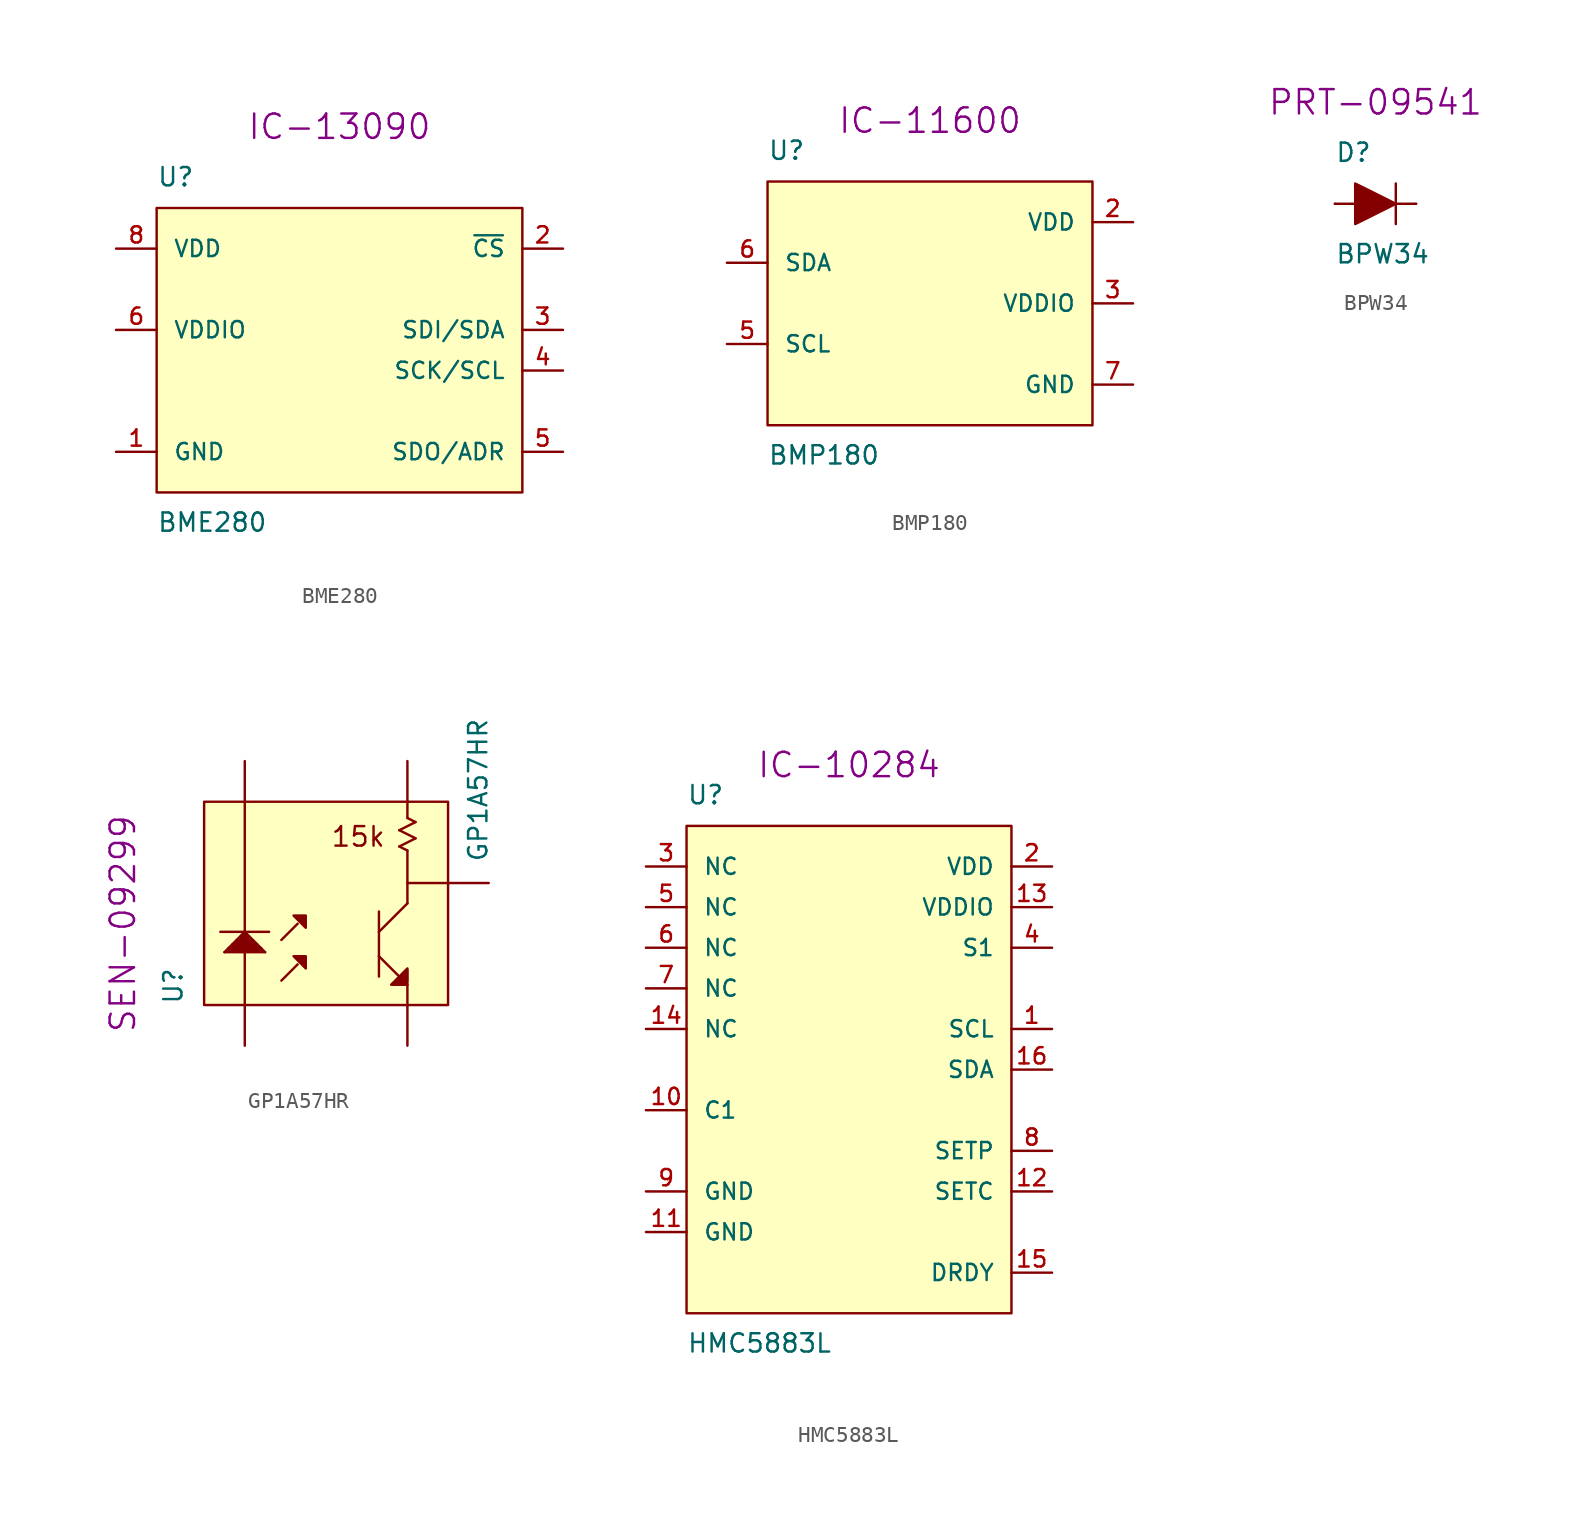
<source format=kicad_sym>
(kicad_symbol_lib
  (version 20220914)
  (generator kicad_symbol_editor)
  (symbol "BME280"
    (pin_names
      (offset 1.016))
    (property "Reference" "U"
      (at -11.43 8.89 0)
      (effects (font (size 1.143 1.143)) (justify left bottom)))
    (property "Value" "BME280"
      (at -11.43 -12.7 0)
      (effects (font (size 1.143 1.143)) (justify left bottom)))
    (property "Field4" "IC-13090"
      (at 0 12.7 0)
      (effects (font (size 1.524 1.524))))
    (property "ki_locked" ""
      (at 0 0 0)
      (effects (font (size 1.27 1.27))))
    (symbol "BME280_1_1"
      (polyline (pts (xy -11.43 7.62) (xy 11.43 7.62) (xy 11.43 -10.16) (xy -11.43 -10.16) (xy -11.43 7.62)) (stroke (width 0) (type solid)) (fill (type background)))
      (pin bidirectional line (at -13.97 -7.62 0) (length 2.54) (name "GND" (effects (font (size 1.016 1.016)))) (number "1" (effects (font (size 1.016 1.016)))))
      (pin bidirectional line (at 13.97 5.08 180) (length 2.54) (name "~{CS}" (effects (font (size 1.016 1.016)))) (number "2" (effects (font (size 1.016 1.016)))))
      (pin bidirectional line (at 13.97 0 180) (length 2.54) (name "SDI/SDA" (effects (font (size 1.016 1.016)))) (number "3" (effects (font (size 1.016 1.016)))))
      (pin bidirectional line (at 13.97 -2.54 180) (length 2.54) (name "SCK/SCL" (effects (font (size 1.016 1.016)))) (number "4" (effects (font (size 1.016 1.016)))))
      (pin bidirectional line (at 13.97 -7.62 180) (length 2.54) (name "SDO/ADR" (effects (font (size 1.016 1.016)))) (number "5" (effects (font (size 1.016 1.016)))))
      (pin bidirectional line (at -13.97 0 0) (length 2.54) (name "VDDIO" (effects (font (size 1.016 1.016)))) (number "6" (effects (font (size 1.016 1.016)))))
      (pin bidirectional line (at -13.97 -7.62 0) (length 2.54) hide (name "GND" (effects (font (size 1.016 1.016)))) (number "7" (effects (font (size 1.016 1.016)))))
      (pin bidirectional line (at -13.97 5.08 0) (length 2.54) (name "VDD" (effects (font (size 1.016 1.016)))) (number "8" (effects (font (size 1.016 1.016)))))))
  (symbol "BMP180"
    (pin_names
      (offset 1.016))
    (property "Reference" "U"
      (at -10.16 8.89 0)
      (effects (font (size 1.143 1.143)) (justify left bottom)))
    (property "Value" "BMP180"
      (at -10.16 -10.16 0)
      (effects (font (size 1.143 1.143)) (justify left bottom)))
    (property "Field4" "IC-11600"
      (at 0 11.43 0)
      (effects (font (size 1.524 1.524))))
    (property "ki_locked" ""
      (at 0 0 0)
      (effects (font (size 1.27 1.27))))
    (symbol "BMP180_1_1"
      (polyline (pts (xy -10.16 7.62) (xy -10.16 -7.62) (xy 10.16 -7.62) (xy 10.16 7.62) (xy -10.16 7.62)) (stroke (width 0) (type solid)) (fill (type background)))
      (pin power_in line (at 12.7 5.08 180) (length 2.54) (name "VDD" (effects (font (size 1.016 1.016)))) (number "2" (effects (font (size 1.016 1.016)))))
      (pin power_in line (at 12.7 0 180) (length 2.54) (name "VDDIO" (effects (font (size 1.016 1.016)))) (number "3" (effects (font (size 1.016 1.016)))))
      (pin input line (at -12.7 -2.54 0) (length 2.54) (name "SCL" (effects (font (size 1.016 1.016)))) (number "5" (effects (font (size 1.016 1.016)))))
      (pin bidirectional line (at -12.7 2.54 0) (length 2.54) (name "SDA" (effects (font (size 1.016 1.016)))) (number "6" (effects (font (size 1.016 1.016)))))
      (pin power_in line (at 12.7 -5.08 180) (length 2.54) (name "GND" (effects (font (size 1.016 1.016)))) (number "7" (effects (font (size 1.016 1.016)))))))
  (symbol "BPW34"
    (pin_numbers hide)
    (pin_names
      (offset 1.016) hide)
    (property "Reference" "D"
      (at -2.54 2.54 0)
      (effects (font (size 1.143 1.143)) (justify left bottom)))
    (property "Value" "BPW34"
      (at -2.54 -3.81 0)
      (effects (font (size 1.143 1.143)) (justify left bottom)))
    (property "Field4" "PRT-09541"
      (at 0 6.35 0)
      (effects (font (size 1.524 1.524))))
    (property "ki_locked" ""
      (at 0 0 0)
      (effects (font (size 1.27 1.27))))
    (symbol "BPW34_1_0"
      (polyline (pts (xy -2.54 0) (xy -1.27 0)) (stroke (width 0) (type solid)) (fill (type none)))
      (polyline (pts (xy 1.27 0) (xy 1.27 -1.27)) (stroke (width 0) (type solid)) (fill (type none)))
      (polyline (pts (xy 1.27 1.27) (xy 1.27 0)) (stroke (width 0) (type solid)) (fill (type none)))
      (polyline (pts (xy 2.54 0) (xy 1.27 0)) (stroke (width 0) (type solid)) (fill (type none))))
    (symbol "BPW34_1_1"
      (polyline (pts (xy -1.27 -1.27) (xy 1.27 0) (xy -1.27 1.27) (xy -1.27 0) (xy -1.27 -1.27)) (stroke (width 0) (type solid)) (fill (type outline)))
      (pin passive line (at -2.54 0 0) (length 0) (name "A" (effects (font (size 1.016 1.016)))) (number "P$1" (effects (font (size 1.016 1.016)))))
      (pin passive line (at 2.54 0 180) (length 0) (name "C" (effects (font (size 1.016 1.016)))) (number "P$2" (effects (font (size 1.016 1.016)))))))
  (symbol "GP1A57HR"
    (pin_numbers hide)
    (pin_names
      (offset 1.016) hide)
    (property "Reference" "U"
      (at -8.89 -5.08 90)
      (effects (font (size 1.143 1.143)) (justify left bottom)))
    (property "Value" "GP1A57HR"
      (at 10.16 3.81 90)
      (effects (font (size 1.143 1.143)) (justify left bottom)))
    (property "Field4" "SEN-09299"
      (at -12.7 0 90)
      (effects (font (size 1.524 1.524))))
    (property "ki_locked" ""
      (at 0 0 0)
      (effects (font (size 1.27 1.27))))
    (symbol "GP1A57HR_1_0"
      (polyline (pts (xy -6.096 -1.651) (xy -4.064 -1.651)) (stroke (width 0) (type solid)) (fill (type none)))
      (polyline (pts (xy -6.096 -1.524) (xy -6.35 -1.778)) (stroke (width 0) (type solid)) (fill (type none)))
      (polyline (pts (xy -5.842 -1.27) (xy -6.096 -1.524)) (stroke (width 0) (type solid)) (fill (type none)))
      (polyline (pts (xy -5.588 -1.143) (xy -4.572 -1.143)) (stroke (width 0) (type solid)) (fill (type none)))
      (polyline (pts (xy -5.334 -0.762) (xy -4.826 -0.762)) (stroke (width 0) (type solid)) (fill (type none)))
      (polyline (pts (xy -5.207 -0.635) (xy -4.953 -0.635)) (stroke (width 0) (type solid)) (fill (type none)))
      (polyline (pts (xy -5.08 -5.08) (xy -5.08 -1.778)) (stroke (width 0) (type solid)) (fill (type none)))
      (polyline (pts (xy -5.08 -1.778) (xy -6.35 -1.778)) (stroke (width 0) (type solid)) (fill (type none)))
      (polyline (pts (xy -5.08 -0.508) (xy -6.604 -0.508)) (stroke (width 0) (type solid)) (fill (type none)))
      (polyline (pts (xy -5.08 -0.508) (xy -5.08 7.62)) (stroke (width 0) (type solid)) (fill (type none)))
      (polyline (pts (xy -4.826 -0.889) (xy -5.334 -0.889)) (stroke (width 0) (type solid)) (fill (type none)))
      (polyline (pts (xy -4.572 -1.016) (xy -5.588 -1.016)) (stroke (width 0) (type solid)) (fill (type none)))
      (polyline (pts (xy -4.318 -1.397) (xy -5.842 -1.397)) (stroke (width 0) (type solid)) (fill (type none)))
      (polyline (pts (xy -4.064 -1.524) (xy -6.096 -1.524)) (stroke (width 0) (type solid)) (fill (type none)))
      (polyline (pts (xy -4.064 -1.524) (xy -4.318 -1.27)) (stroke (width 0) (type solid)) (fill (type none)))
      (polyline (pts (xy -3.81 -1.778) (xy -5.08 -1.778)) (stroke (width 0) (type solid)) (fill (type none)))
      (polyline (pts (xy -3.81 -1.778) (xy -4.064 -1.524)) (stroke (width 0) (type solid)) (fill (type none)))
      (polyline (pts (xy -3.556 -0.508) (xy -5.08 -0.508)) (stroke (width 0) (type solid)) (fill (type none)))
      (polyline (pts (xy -2.794 -3.556) (xy -1.778 -2.54)) (stroke (width 0) (type solid)) (fill (type none)))
      (polyline (pts (xy -2.794 -1.016) (xy -1.778 0)) (stroke (width 0) (type solid)) (fill (type none)))
      (polyline (pts (xy 3.302 -2.032) (xy 3.302 -3.302)) (stroke (width 0) (type solid)) (fill (type none)))
      (polyline (pts (xy 3.302 -2.032) (xy 4.572 -3.302)) (stroke (width 0) (type solid)) (fill (type none)))
      (polyline (pts (xy 3.302 -0.508) (xy 3.302 -2.032)) (stroke (width 0) (type solid)) (fill (type none)))
      (polyline (pts (xy 3.302 -0.508) (xy 5.08 1.27)) (stroke (width 0) (type solid)) (fill (type none)))
      (polyline (pts (xy 3.302 0.762) (xy 3.302 -0.508)) (stroke (width 0) (type solid)) (fill (type none)))
      (polyline (pts (xy 4.572 4.826) (xy 5.08 4.572)) (stroke (width 0) (type solid)) (fill (type none)))
      (polyline (pts (xy 4.572 5.842) (xy 5.588 5.334)) (stroke (width 0) (type solid)) (fill (type none)))
      (polyline (pts (xy 4.953 -3.556) (xy 4.826 -3.683)) (stroke (width 0) (type solid)) (fill (type none)))
      (polyline (pts (xy 4.953 -3.429) (xy 4.699 -3.683)) (stroke (width 0) (type solid)) (fill (type none)))
      (polyline (pts (xy 4.953 -3.302) (xy 4.572 -3.683)) (stroke (width 0) (type solid)) (fill (type none)))
      (polyline (pts (xy 4.953 -3.175) (xy 4.445 -3.683)) (stroke (width 0) (type solid)) (fill (type none)))
      (polyline (pts (xy 4.953 -3.048) (xy 4.318 -3.683)) (stroke (width 0) (type solid)) (fill (type none)))
      (polyline (pts (xy 5.08 -5.08) (xy 5.08 -3.81)) (stroke (width 0) (type solid)) (fill (type none)))
      (polyline (pts (xy 5.08 -3.556) (xy 4.826 -3.81)) (stroke (width 0) (type solid)) (fill (type none)))
      (polyline (pts (xy 5.08 -3.429) (xy 4.699 -3.81)) (stroke (width 0) (type solid)) (fill (type none)))
      (polyline (pts (xy 5.08 -3.302) (xy 4.572 -3.81)) (stroke (width 0) (type solid)) (fill (type none)))
      (polyline (pts (xy 5.08 -3.175) (xy 4.445 -3.81)) (stroke (width 0) (type solid)) (fill (type none)))
      (polyline (pts (xy 5.08 -3.048) (xy 4.318 -3.81)) (stroke (width 0) (type solid)) (fill (type none)))
      (polyline (pts (xy 5.08 -2.921) (xy 4.191 -3.81)) (stroke (width 0) (type solid)) (fill (type none)))
      (polyline (pts (xy 5.08 2.54) (xy 5.08 1.27)) (stroke (width 0) (type solid)) (fill (type none)))
      (polyline (pts (xy 5.08 2.54) (xy 7.62 2.54)) (stroke (width 0) (type solid)) (fill (type none)))
      (polyline (pts (xy 5.08 4.572) (xy 5.08 2.54)) (stroke (width 0) (type solid)) (fill (type none)))
      (polyline (pts (xy 5.08 6.604) (xy 5.588 6.35)) (stroke (width 0) (type solid)) (fill (type none)))
      (polyline (pts (xy 5.08 7.62) (xy 5.08 6.604)) (stroke (width 0) (type solid)) (fill (type none)))
      (polyline (pts (xy 5.588 5.334) (xy 4.572 4.826)) (stroke (width 0) (type solid)) (fill (type none)))
      (polyline (pts (xy 5.588 6.35) (xy 4.572 5.842)) (stroke (width 0) (type solid)) (fill (type none)))
      (text "15k" (at 2.007 5.436 0) (effects (font (size 1.219 1.219)))))
    (symbol "GP1A57HR_1_1"
      (polyline (pts (xy -2.032 -2.032) (xy -1.27 -2.794) (xy -1.27 -2.54) (xy -1.27 -2.286) (xy -1.27 -2.032) (xy -1.524 -2.032) (xy -1.778 -2.032) (xy -2.032 -2.032)) (stroke (width 0) (type solid)) (fill (type outline)))
      (polyline (pts (xy -2.032 0.508) (xy -1.27 -0.254) (xy -1.27 0) (xy -1.27 0.254) (xy -1.27 0.508) (xy -1.524 0.508) (xy -1.778 0.508) (xy -2.032 0.508)) (stroke (width 0) (type solid)) (fill (type outline)))
      (polyline (pts (xy -7.62 7.62) (xy 5.08 7.62) (xy 7.62 7.62) (xy 7.62 2.54) (xy 7.62 -5.08) (xy 5.08 -5.08) (xy -5.08 -5.08) (xy -7.62 -5.08) (xy -7.62 7.62)) (stroke (width 0) (type solid)) (fill (type background)))
      (polyline (pts (xy -5.842 -1.27) (xy -4.318 -1.27) (xy -4.572 -1.016) (xy -4.826 -0.762) (xy -4.953 -0.635) (xy -5.08 -0.508) (xy -5.207 -0.635) (xy -5.334 -0.762) (xy -5.588 -1.016) (xy -5.842 -1.27)) (stroke (width 0) (type solid)) (fill (type background)))
      (polyline (pts (xy 5.08 -2.794) (xy 4.064 -3.81) (xy 4.191 -3.81) (xy 4.318 -3.81) (xy 4.445 -3.81) (xy 4.572 -3.81) (xy 4.699 -3.81) (xy 4.826 -3.81) (xy 5.08 -3.81) (xy 5.08 -3.556) (xy 5.08 -3.429) (xy 5.08 -3.302) (xy 5.08 -3.175) (xy 5.08 -3.048) (xy 5.08 -2.921) (xy 5.08 -2.794)) (stroke (width 0) (type solid)) (fill (type background)))
      (pin bidirectional line (at -5.08 -7.62 90) (length 2.54) (name "1" (effects (font (size 1.016 1.016)))) (number "1" (effects (font (size 1.016 1.016)))))
      (pin bidirectional line (at -5.08 10.16 270) (length 2.54) (name "2" (effects (font (size 1.016 1.016)))) (number "2" (effects (font (size 1.016 1.016)))))
      (pin bidirectional line (at 5.08 10.16 270) (length 2.54) (name "3" (effects (font (size 1.016 1.016)))) (number "3" (effects (font (size 1.016 1.016)))))
      (pin bidirectional line (at 10.16 2.54 180) (length 2.54) (name "4" (effects (font (size 1.016 1.016)))) (number "4" (effects (font (size 1.016 1.016)))))
      (pin bidirectional line (at 5.08 -7.62 90) (length 2.54) (name "5" (effects (font (size 1.016 1.016)))) (number "5" (effects (font (size 1.016 1.016)))))))
  (symbol "HMC5883L"
    (pin_names
      (offset 1.016))
    (property "Reference" "U"
      (at -10.16 16.51 0)
      (effects (font (size 1.143 1.143)) (justify left bottom)))
    (property "Value" "HMC5883L"
      (at -10.16 -17.78 0)
      (effects (font (size 1.143 1.143)) (justify left bottom)))
    (property "Field4" "IC-10284"
      (at 0 19.05 0)
      (effects (font (size 1.524 1.524))))
    (property "ki_locked" ""
      (at 0 0 0)
      (effects (font (size 1.27 1.27))))
    (symbol "HMC5883L_1_1"
      (polyline (pts (xy 10.16 15.24) (xy 10.16 -15.24) (xy -10.16 -15.24) (xy -10.16 15.24) (xy 10.16 15.24)) (stroke (width 0) (type solid)) (fill (type background)))
      (pin bidirectional line (at 12.7 2.54 180) (length 2.54) (name "SCL" (effects (font (size 1.016 1.016)))) (number "1" (effects (font (size 1.016 1.016)))))
      (pin bidirectional line (at -12.7 -2.54 0) (length 2.54) (name "C1" (effects (font (size 1.016 1.016)))) (number "10" (effects (font (size 1.016 1.016)))))
      (pin bidirectional line (at -12.7 -10.16 0) (length 2.54) (name "GND" (effects (font (size 1.016 1.016)))) (number "11" (effects (font (size 1.016 1.016)))))
      (pin bidirectional line (at 12.7 -7.62 180) (length 2.54) (name "SETC" (effects (font (size 1.016 1.016)))) (number "12" (effects (font (size 1.016 1.016)))))
      (pin bidirectional line (at 12.7 10.16 180) (length 2.54) (name "VDDIO" (effects (font (size 1.016 1.016)))) (number "13" (effects (font (size 1.016 1.016)))))
      (pin bidirectional line (at -12.7 2.54 0) (length 2.54) (name "NC" (effects (font (size 1.016 1.016)))) (number "14" (effects (font (size 1.016 1.016)))))
      (pin bidirectional line (at 12.7 -12.7 180) (length 2.54) (name "DRDY" (effects (font (size 1.016 1.016)))) (number "15" (effects (font (size 1.016 1.016)))))
      (pin bidirectional line (at 12.7 0 180) (length 2.54) (name "SDA" (effects (font (size 1.016 1.016)))) (number "16" (effects (font (size 1.016 1.016)))))
      (pin bidirectional line (at 12.7 12.7 180) (length 2.54) (name "VDD" (effects (font (size 1.016 1.016)))) (number "2" (effects (font (size 1.016 1.016)))))
      (pin bidirectional line (at -12.7 12.7 0) (length 2.54) (name "NC" (effects (font (size 1.016 1.016)))) (number "3" (effects (font (size 1.016 1.016)))))
      (pin bidirectional line (at 12.7 7.62 180) (length 2.54) (name "S1" (effects (font (size 1.016 1.016)))) (number "4" (effects (font (size 1.016 1.016)))))
      (pin bidirectional line (at -12.7 10.16 0) (length 2.54) (name "NC" (effects (font (size 1.016 1.016)))) (number "5" (effects (font (size 1.016 1.016)))))
      (pin bidirectional line (at -12.7 7.62 0) (length 2.54) (name "NC" (effects (font (size 1.016 1.016)))) (number "6" (effects (font (size 1.016 1.016)))))
      (pin bidirectional line (at -12.7 5.08 0) (length 2.54) (name "NC" (effects (font (size 1.016 1.016)))) (number "7" (effects (font (size 1.016 1.016)))))
      (pin bidirectional line (at 12.7 -5.08 180) (length 2.54) (name "SETP" (effects (font (size 1.016 1.016)))) (number "8" (effects (font (size 1.016 1.016)))))
      (pin bidirectional line (at -12.7 -7.62 0) (length 2.54) (name "GND" (effects (font (size 1.016 1.016)))) (number "9" (effects (font (size 1.016 1.016))))))))
</source>
